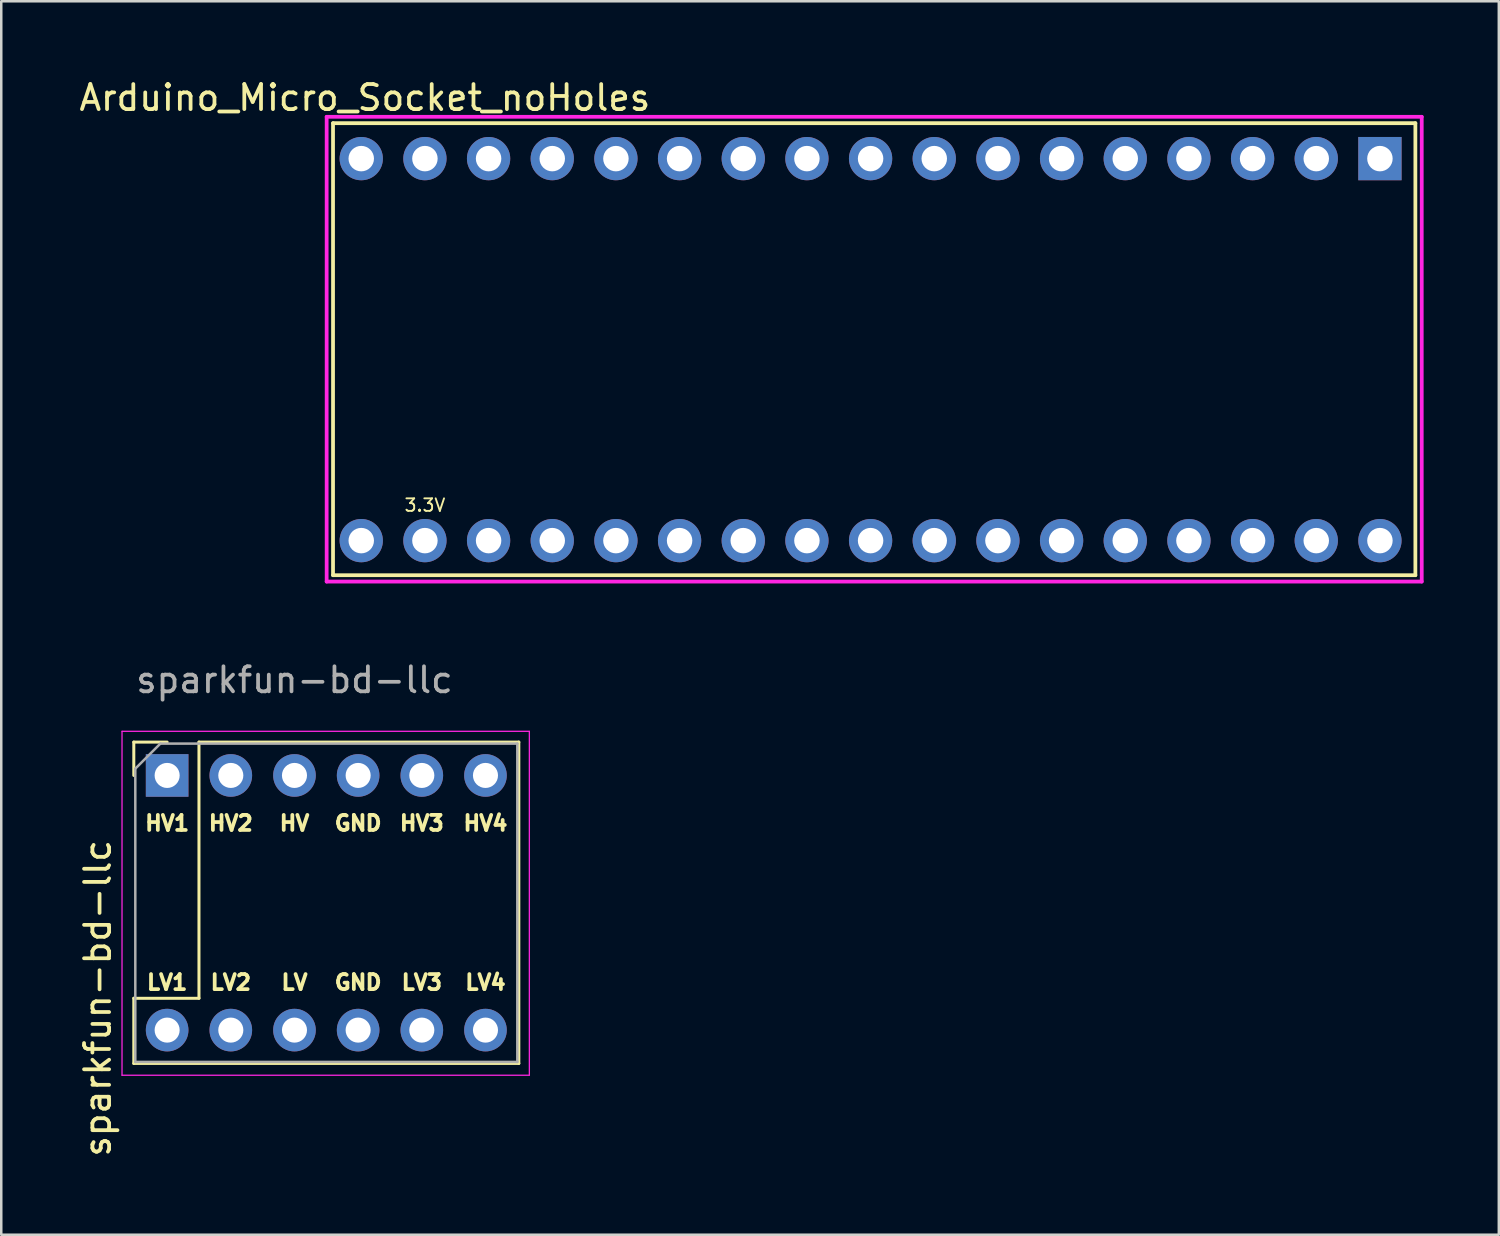
<source format=kicad_pcb>
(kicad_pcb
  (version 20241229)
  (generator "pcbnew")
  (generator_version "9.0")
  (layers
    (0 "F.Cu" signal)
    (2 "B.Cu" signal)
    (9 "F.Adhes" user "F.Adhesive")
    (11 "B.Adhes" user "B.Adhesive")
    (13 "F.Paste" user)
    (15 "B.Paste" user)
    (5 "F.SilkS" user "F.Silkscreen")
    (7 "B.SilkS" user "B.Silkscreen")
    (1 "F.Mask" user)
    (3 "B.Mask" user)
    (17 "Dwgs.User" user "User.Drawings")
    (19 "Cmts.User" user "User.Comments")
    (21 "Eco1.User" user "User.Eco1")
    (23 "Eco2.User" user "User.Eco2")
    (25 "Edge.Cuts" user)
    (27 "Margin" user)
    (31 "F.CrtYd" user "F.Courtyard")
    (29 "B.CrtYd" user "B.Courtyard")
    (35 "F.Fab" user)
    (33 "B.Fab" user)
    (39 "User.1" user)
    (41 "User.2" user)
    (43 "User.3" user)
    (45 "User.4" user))
  (footprint "sparkfun-bd-llc"
    (layer "F.Cu")
    (at 3.618 27.886)
    (property "Reference" "sparkfun-bd-llc" (at -2.77 8.89 90) (layer "F.SilkS") (effects (font (size 1 1) (thickness 0.15))))
    (attr through_hole)
    (fp_line (start -1.33 -1.33) (end 0 -1.33) (stroke (width 0.12) (type solid)) (layer "F.SilkS"))
    (fp_line (start -1.33 0) (end -1.33 -1.33) (stroke (width 0.12) (type solid)) (layer "F.SilkS"))
    (fp_line (start -1.33 8.89) (end 1.27 8.89) (stroke (width 0.12) (type solid)) (layer "F.SilkS"))
    (fp_line (start -1.33 11.49) (end -1.33 8.89) (stroke (width 0.12) (type solid)) (layer "F.SilkS"))
    (fp_line (start -1.33 11.49) (end 14.03 11.49) (stroke (width 0.12) (type solid)) (layer "F.SilkS"))
    (fp_line (start 1.27 -1.33) (end 14.03 -1.33) (stroke (width 0.12) (type solid)) (layer "F.SilkS"))
    (fp_line (start 1.27 8.89) (end 1.27 -1.33) (stroke (width 0.12) (type solid)) (layer "F.SilkS"))
    (fp_line (start 14.03 11.49) (end 14.03 -1.33) (stroke (width 0.12) (type solid)) (layer "F.SilkS"))
    (fp_line (start -1.8 -1.76) (end 14.45 -1.76) (stroke (width 0.05) (type solid)) (layer "F.CrtYd"))
    (fp_line (start -1.8 11.96) (end -1.8 -1.76) (stroke (width 0.05) (type solid)) (layer "F.CrtYd"))
    (fp_line (start 14.45 -1.76) (end 14.45 11.96) (stroke (width 0.05) (type solid)) (layer "F.CrtYd"))
    (fp_line (start 14.45 11.96) (end -1.8 11.96) (stroke (width 0.05) (type solid)) (layer "F.CrtYd"))
    (fp_line (start -1.27 -0.27) (end -0.27 -1.27) (stroke (width 0.1) (type solid)) (layer "F.Fab"))
    (fp_line (start -1.27 11.43) (end -1.27 -0.27) (stroke (width 0.1) (type solid)) (layer "F.Fab"))
    (fp_line (start -0.27 -1.27) (end 13.97 -1.27) (stroke (width 0.1) (type solid)) (layer "F.Fab"))
    (fp_line (start 13.97 -1.27) (end 13.97 11.43) (stroke (width 0.1) (type solid)) (layer "F.Fab"))
    (fp_line (start 13.97 11.43) (end -1.27 11.43) (stroke (width 0.1) (type solid)) (layer "F.Fab"))
    (fp_text user "LV2" (at 2.54 8.255 0) (layer "F.SilkS") (effects (font (size 0.6 0.6) (thickness 0.15))))
    (fp_text user "GND" (at 7.62 8.255 0) (layer "F.SilkS") (effects (font (size 0.6 0.6) (thickness 0.15))))
    (fp_text user "HV" (at 5.08 1.905 0) (layer "F.SilkS") (effects (font (size 0.6 0.6) (thickness 0.15))))
    (fp_text user "HV1" (at 0 1.905 0) (layer "F.SilkS") (effects (font (size 0.6 0.6) (thickness 0.15))))
    (fp_text user "LV3" (at 10.16 8.255 0) (layer "F.SilkS") (effects (font (size 0.6 0.6) (thickness 0.15))))
    (fp_text user "LV" (at 5.08 8.255 0) (layer "F.SilkS") (effects (font (size 0.6 0.6) (thickness 0.15))))
    (fp_text user "LV1" (at 0 8.255 0) (layer "F.SilkS") (effects (font (size 0.6 0.6) (thickness 0.15))))
    (fp_text user "LV4" (at 12.7 8.255 0) (layer "F.SilkS") (effects (font (size 0.6 0.6) (thickness 0.15))))
    (fp_text user "HV3" (at 10.16 1.905 0) (layer "F.SilkS") (effects (font (size 0.6 0.6) (thickness 0.15))))
    (fp_text user "HV4" (at 12.7 1.905 0) (layer "F.SilkS") (effects (font (size 0.6 0.6) (thickness 0.15))))
    (fp_text user "GND" (at 7.62 1.905 0) (layer "F.SilkS") (effects (font (size 0.6 0.6) (thickness 0.15))))
    (fp_text user "HV2" (at 2.54 1.905 0) (layer "F.SilkS") (effects (font (size 0.6 0.6) (thickness 0.15))))
    (fp_text user "${REFERENCE}" (at 5.08 -3.81 180) (layer "F.Fab") (effects (font (size 1 1) (thickness 0.15))))
    (pad "GNDH" thru_hole oval (at 7.62 0 90) (size 1.7 1.7) (drill 1) (layers "*.Cu" "*.Mask"))
    (pad "GNDL" thru_hole oval (at 7.62 10.16 90) (size 1.7 1.7) (drill 1) (layers "*.Cu" "*.Mask"))
    (pad "HV" thru_hole oval (at 5.08 0 90) (size 1.7 1.7) (drill 1) (layers "*.Cu" "*.Mask"))
    (pad "HV1" thru_hole rect (at 0 0 90) (size 1.7 1.7) (drill 1) (layers "*.Cu" "*.Mask"))
    (pad "HV2" thru_hole oval (at 2.54 0 90) (size 1.7 1.7) (drill 1) (layers "*.Cu" "*.Mask"))
    (pad "HV3" thru_hole oval (at 10.16 0 90) (size 1.7 1.7) (drill 1) (layers "*.Cu" "*.Mask"))
    (pad "HV4" thru_hole oval (at 12.7 0 90) (size 1.7 1.7) (drill 1) (layers "*.Cu" "*.Mask"))
    (pad "LV" thru_hole oval (at 5.08 10.16 90) (size 1.7 1.7) (drill 1) (layers "*.Cu" "*.Mask"))
    (pad "LV1" thru_hole oval (at 0 10.16 90) (size 1.7 1.7) (drill 1) (layers "*.Cu" "*.Mask"))
    (pad "LV2" thru_hole oval (at 2.54 10.16 90) (size 1.7 1.7) (drill 1) (layers "*.Cu" "*.Mask"))
    (pad "LV3" thru_hole oval (at 10.16 10.16 90) (size 1.7 1.7) (drill 1) (layers "*.Cu" "*.Mask"))
    (pad "LV4" thru_hole oval (at 12.7 10.16 90) (size 1.7 1.7) (drill 1) (layers "*.Cu" "*.Mask")))
  (footprint "Arduino_Micro_Socket_noHoles"
    (layer "F.Cu")
    (at 7.442 19.898)
    (property "Reference" "Arduino_Micro_Socket_noHoles" (at 4.064 -19.05 0) (layer "F.SilkS") (effects (font (size 1 1) (thickness 0.15))))
    (attr through_hole)
    (fp_line (start 2.794 -18.034) (end 2.794 0) (stroke (width 0.15) (type solid)) (layer "F.SilkS"))
    (fp_line (start 2.794 -18.034) (end 45.974 -18.034) (stroke (width 0.15) (type solid)) (layer "F.SilkS"))
    (fp_line (start 2.794 0) (end 45.974 0) (stroke (width 0.15) (type solid)) (layer "F.SilkS"))
    (fp_line (start 45.974 -18.034) (end 45.974 0) (stroke (width 0.15) (type solid)) (layer "F.SilkS"))
    (fp_line (start 2.54 -18.288) (end 46.228 -18.288) (stroke (width 0.15) (type solid)) (layer "F.CrtYd"))
    (fp_line (start 2.54 0.254) (end 2.54 -18.288) (stroke (width 0.15) (type solid)) (layer "F.CrtYd"))
    (fp_line (start 46.228 -18.288) (end 46.228 0.254) (stroke (width 0.15) (type solid)) (layer "F.CrtYd"))
    (fp_line (start 46.228 0.254) (end 2.54 0.254) (stroke (width 0.15) (type solid)) (layer "F.CrtYd"))
    (fp_text user "3.3V" (at 6.46 -2.794 0) (layer "F.SilkS") (effects (font (size 0.5 0.5) (thickness 0.075))))
    (pad "" thru_hole oval (at 26.78 -1.38) (size 1.727 1.727) (drill 1.016) (layers "*.Cu" "*.Mask"))
    (pad "" thru_hole oval (at 29.32 -1.38) (size 1.727 1.727) (drill 1.016) (layers "*.Cu" "*.Mask"))
    (pad "3V3" thru_hole oval (at 6.46 -1.38) (size 1.727 1.727) (drill 1.016) (layers "*.Cu" "*.Mask"))
    (pad "5V" thru_hole oval (at 31.86 -1.38) (size 1.727 1.727) (drill 1.016) (layers "*.Cu" "*.Mask"))
    (pad "A0" thru_hole oval (at 11.54 -1.38) (size 1.727 1.727) (drill 1.016) (layers "*.Cu" "*.Mask"))
    (pad "A1" thru_hole oval (at 14.08 -1.38) (size 1.727 1.727) (drill 1.016) (layers "*.Cu" "*.Mask"))
    (pad "A2" thru_hole oval (at 16.62 -1.38) (size 1.727 1.727) (drill 1.016) (layers "*.Cu" "*.Mask"))
    (pad "A3" thru_hole oval (at 19.16 -1.38) (size 1.727 1.727) (drill 1.016) (layers "*.Cu" "*.Mask"))
    (pad "A4" thru_hole oval (at 21.7 -1.38) (size 1.727 1.727) (drill 1.016) (layers "*.Cu" "*.Mask"))
    (pad "A5" thru_hole oval (at 24.24 -1.38) (size 1.727 1.727) (drill 1.016) (layers "*.Cu" "*.Mask"))
    (pad "AREF" thru_hole oval (at 9 -1.38) (size 1.727 1.727) (drill 1.016) (layers "*.Cu" "*.Mask"))
    (pad "D0" thru_hole oval (at 36.94 -16.62) (size 1.727 1.727) (drill 1.016) (layers "*.Cu" "*.Mask"))
    (pad "D1" thru_hole oval (at 39.48 -16.62) (size 1.727 1.727) (drill 1.016) (layers "*.Cu" "*.Mask"))
    (pad "D2" thru_hole oval (at 29.32 -16.62) (size 1.727 1.727) (drill 1.016) (layers "*.Cu" "*.Mask"))
    (pad "D3" thru_hole oval (at 26.78 -16.62) (size 1.727 1.727) (drill 1.016) (layers "*.Cu" "*.Mask"))
    (pad "D4" thru_hole oval (at 24.24 -16.62) (size 1.727 1.727) (drill 1.016) (layers "*.Cu" "*.Mask"))
    (pad "D5" thru_hole oval (at 21.7 -16.62) (size 1.727 1.727) (drill 1.016) (layers "*.Cu" "*.Mask"))
    (pad "D6" thru_hole oval (at 19.16 -16.62) (size 1.727 1.727) (drill 1.016) (layers "*.Cu" "*.Mask"))
    (pad "D7" thru_hole oval (at 16.62 -16.62) (size 1.727 1.727) (drill 1.016) (layers "*.Cu" "*.Mask"))
    (pad "D8" thru_hole oval (at 14.08 -16.62) (size 1.727 1.727) (drill 1.016) (layers "*.Cu" "*.Mask"))
    (pad "D9" thru_hole oval (at 11.54 -16.62) (size 1.727 1.727) (drill 1.016) (layers "*.Cu" "*.Mask"))
    (pad "D10" thru_hole oval (at 9 -16.62) (size 1.727 1.727) (drill 1.016) (layers "*.Cu" "*.Mask"))
    (pad "D11" thru_hole oval (at 6.46 -16.62) (size 1.727 1.727) (drill 1.016) (layers "*.Cu" "*.Mask"))
    (pad "D12" thru_hole oval (at 3.92 -16.62) (size 1.727 1.727) (drill 1.016) (layers "*.Cu" "*.Mask"))
    (pad "D13" thru_hole oval (at 3.92 -1.38) (size 1.727 1.727) (drill 1.016) (layers "*.Cu" "*.Mask"))
    (pad "GND1" thru_hole oval (at 36.94 -1.38) (size 1.727 1.727) (drill 1.016) (layers "*.Cu" "*.Mask"))
    (pad "GND2" thru_hole oval (at 31.86 -16.62) (size 1.727 1.727) (drill 1.016) (layers "*.Cu" "*.Mask"))
    (pad "MISO" thru_hole oval (at 42.02 -1.38) (size 1.727 1.727) (drill 1.016) (layers "*.Cu" "*.Mask"))
    (pad "MOSI" thru_hole rect (at 44.56 -16.62) (size 1.727 1.727) (drill 1.016) (layers "*.Cu" "*.Mask"))
    (pad "RST1" thru_hole oval (at 34.4 -1.38) (size 1.727 1.727) (drill 1.016) (layers "*.Cu" "*.Mask"))
    (pad "RST2" thru_hole oval (at 34.4 -16.62) (size 1.727 1.727) (drill 1.016) (layers "*.Cu" "*.Mask"))
    (pad "SCK" thru_hole oval (at 44.56 -1.38) (size 1.727 1.727) (drill 1.016) (layers "*.Cu" "*.Mask"))
    (pad "SS" thru_hole oval (at 42.02 -16.62) (size 1.727 1.727) (drill 1.016) (layers "*.Cu" "*.Mask"))
    (pad "VIN" thru_hole oval (at 39.48 -1.38) (size 1.727 1.727) (drill 1.016) (layers "*.Cu" "*.Mask")))
  (gr_rect
    (start -3 -3)
    (end 56.745 46.21)
    (stroke (width 0.1) (type default))
    (fill no)
    (layer "Edge.Cuts")))
</source>
